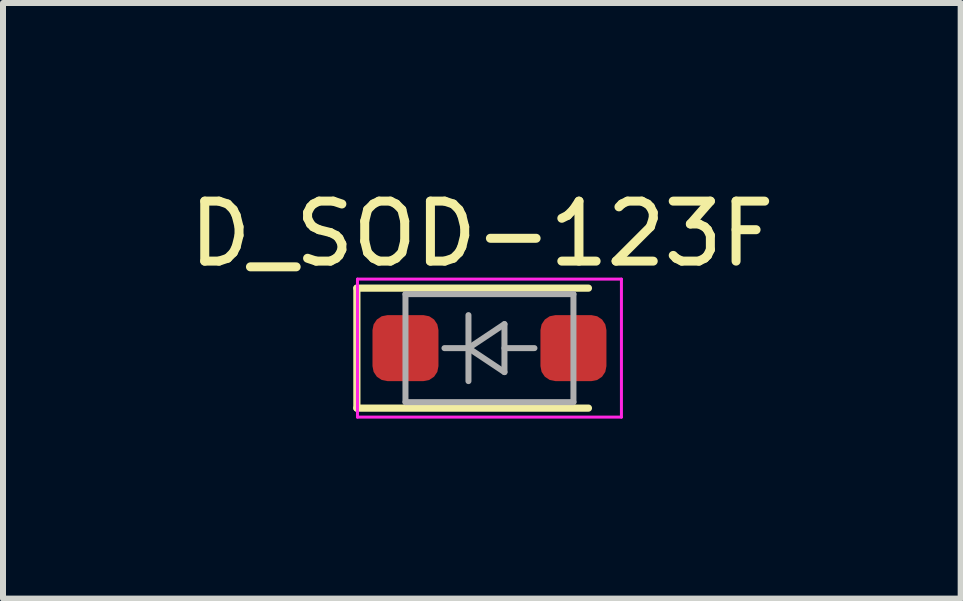
<source format=kicad_pcb>
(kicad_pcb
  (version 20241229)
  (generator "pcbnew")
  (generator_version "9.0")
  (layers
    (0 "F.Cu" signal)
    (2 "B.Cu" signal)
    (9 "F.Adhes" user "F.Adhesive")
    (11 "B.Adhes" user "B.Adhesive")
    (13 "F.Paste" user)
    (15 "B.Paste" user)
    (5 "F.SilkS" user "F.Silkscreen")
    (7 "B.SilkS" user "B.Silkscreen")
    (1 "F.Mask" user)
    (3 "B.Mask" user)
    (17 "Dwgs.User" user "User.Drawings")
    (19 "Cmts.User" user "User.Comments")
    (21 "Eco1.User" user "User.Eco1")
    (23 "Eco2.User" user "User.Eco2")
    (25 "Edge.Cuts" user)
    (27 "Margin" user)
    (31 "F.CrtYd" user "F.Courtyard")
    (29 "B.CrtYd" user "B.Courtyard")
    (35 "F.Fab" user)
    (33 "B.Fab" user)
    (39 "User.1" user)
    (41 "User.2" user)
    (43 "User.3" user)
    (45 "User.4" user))
  (footprint "D_SOD-123F"
    (layer "F.Cu")
    (at 5.109 2.753)
    (property "Reference" "D_SOD-123F" (at -0.127 -1.905 0) (layer "F.SilkS") (effects (font (size 1 1) (thickness 0.15))))
    (attr smd)
    (fp_line (start -2.21 -1) (end -2.21 1) (stroke (width 0.12) (type solid)) (layer "F.SilkS"))
    (fp_line (start -2.21 -1) (end 1.65 -1) (stroke (width 0.12) (type solid)) (layer "F.SilkS"))
    (fp_line (start -2.21 1) (end 1.65 1) (stroke (width 0.12) (type solid)) (layer "F.SilkS"))
    (fp_line (start -2.2 -1.15) (end -2.2 1.15) (stroke (width 0.05) (type solid)) (layer "F.CrtYd"))
    (fp_line (start -2.2 -1.15) (end 2.2 -1.15) (stroke (width 0.05) (type solid)) (layer "F.CrtYd"))
    (fp_line (start 2.2 -1.15) (end 2.2 1.15) (stroke (width 0.05) (type solid)) (layer "F.CrtYd"))
    (fp_line (start 2.2 1.15) (end -2.2 1.15) (stroke (width 0.05) (type solid)) (layer "F.CrtYd"))
    (fp_line (start -1.4 -0.9) (end 1.4 -0.9) (stroke (width 0.1) (type solid)) (layer "F.Fab"))
    (fp_line (start -1.4 0.9) (end -1.4 -0.9) (stroke (width 0.1) (type solid)) (layer "F.Fab"))
    (fp_line (start -0.75 0) (end -0.35 0) (stroke (width 0.1) (type solid)) (layer "F.Fab"))
    (fp_line (start -0.35 0) (end -0.35 -0.55) (stroke (width 0.1) (type solid)) (layer "F.Fab"))
    (fp_line (start -0.35 0) (end -0.35 0.55) (stroke (width 0.1) (type solid)) (layer "F.Fab"))
    (fp_line (start -0.35 0) (end 0.25 -0.4) (stroke (width 0.1) (type solid)) (layer "F.Fab"))
    (fp_line (start 0.25 -0.4) (end 0.25 0.4) (stroke (width 0.1) (type solid)) (layer "F.Fab"))
    (fp_line (start 0.25 0) (end 0.75 0) (stroke (width 0.1) (type solid)) (layer "F.Fab"))
    (fp_line (start 0.25 0.4) (end -0.35 0) (stroke (width 0.1) (type solid)) (layer "F.Fab"))
    (fp_line (start 1.4 -0.9) (end 1.4 0.9) (stroke (width 0.1) (type solid)) (layer "F.Fab"))
    (fp_line (start 1.4 0.9) (end -1.4 0.9) (stroke (width 0.1) (type solid)) (layer "F.Fab"))
    (pad "1" smd roundrect (at -1.4 0) (size 1.1 1.1) (layers "F.Cu" "F.Mask" "F.Paste") (roundrect_rratio 0.227))
    (pad "2" smd roundrect (at 1.4 0) (size 1.1 1.1) (layers "F.Cu" "F.Mask" "F.Paste") (roundrect_rratio 0.227)))
  (gr_rect
    (start -3 -3)
    (end 12.964 6.928)
    (stroke (width 0.1) (type default))
    (fill no)
    (layer "Edge.Cuts")))
</source>
